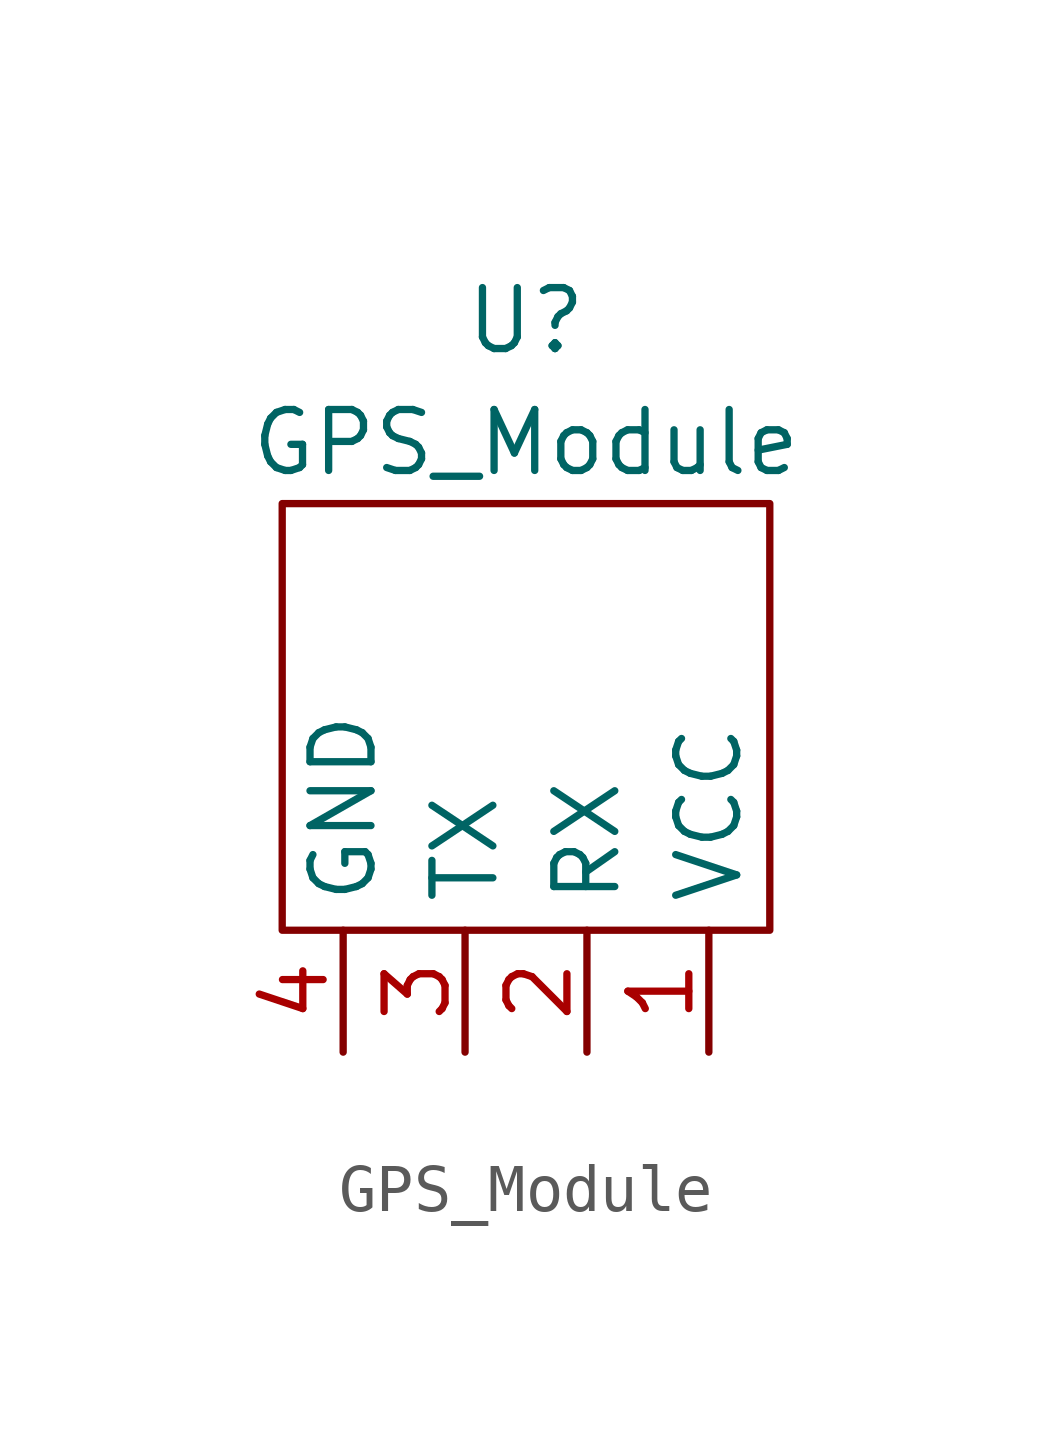
<source format=kicad_sym>
(kicad_symbol_lib
  (version 20211014)
  (generator kicad_symbol_editor)
  (symbol "GPS_Module"
    (property "Reference" "U"
      (at 0 6.35 0)
      (effects (font (size 1.27 1.27))))
    (property "Value" "GPS_Module"
      (at 0 3.81 0)
      (effects (font (size 1.27 1.27))))
    (symbol "GPS_Module_0_1"
      (rectangle (start -5.08 2.54) (end 5.08 -6.35) (stroke (width 0) (type default) (color 0 0 0 0)) (fill (type none))))
    (symbol "GPS_Module_1_1"
      (pin power_in line (at 3.81 -8.89 90) (length 2.54) (name "VCC" (effects (font (size 1.27 1.27)))) (number "1" (effects (font (size 1.27 1.27)))))
      (pin input line (at 1.27 -8.89 90) (length 2.54) (name "RX" (effects (font (size 1.27 1.27)))) (number "2" (effects (font (size 1.27 1.27)))))
      (pin output line (at -1.27 -8.89 90) (length 2.54) (name "TX" (effects (font (size 1.27 1.27)))) (number "3" (effects (font (size 1.27 1.27)))))
      (pin power_in line (at -3.81 -8.89 90) (length 2.54) (name "GND" (effects (font (size 1.27 1.27)))) (number "4" (effects (font (size 1.27 1.27))))))))
</source>
